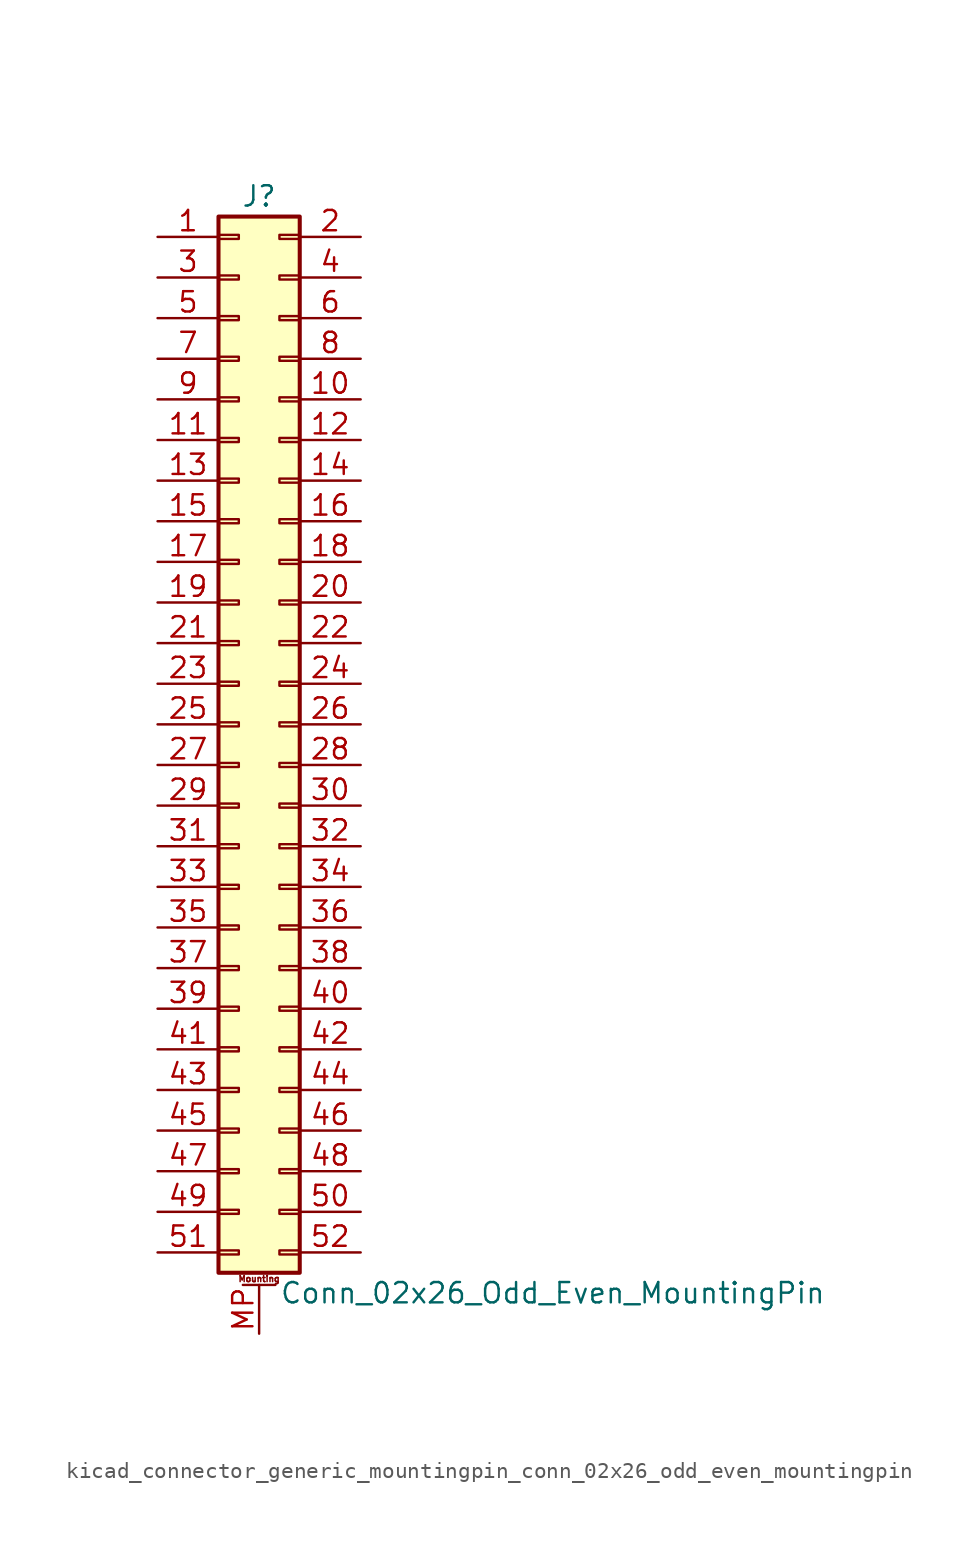
<source format=kicad_sym>
(kicad_symbol_lib
  (version 20220914)
  (generator kicad_symbol_editor)
  (symbol "kicad_connector_generic_mountingpin_conn_02x26_odd_even_mountingpin"
    (pin_names
      (offset 1.016) hide)
    (property "Reference" "J"
      (at 1.27 33.02 0)
      (effects (font (size 1.27 1.27))))
    (property "Value" "Conn_02x26_Odd_Even_MountingPin"
      (at 2.54 -35.56 0)
      (effects (font (size 1.27 1.27)) (justify left)))
    (symbol "kicad_connector_generic_mountingpin_conn_02x26_odd_even_mountingpin_1_1"
      (rectangle (start -1.27 -32.893) (end 0 -33.147) (stroke (width 0.152) (type default)) (fill (type none)))
      (rectangle (start -1.27 -30.353) (end 0 -30.607) (stroke (width 0.152) (type default)) (fill (type none)))
      (rectangle (start -1.27 -27.813) (end 0 -28.067) (stroke (width 0.152) (type default)) (fill (type none)))
      (rectangle (start -1.27 -25.273) (end 0 -25.527) (stroke (width 0.152) (type default)) (fill (type none)))
      (rectangle (start -1.27 -22.733) (end 0 -22.987) (stroke (width 0.152) (type default)) (fill (type none)))
      (rectangle (start -1.27 -20.193) (end 0 -20.447) (stroke (width 0.152) (type default)) (fill (type none)))
      (rectangle (start -1.27 -17.653) (end 0 -17.907) (stroke (width 0.152) (type default)) (fill (type none)))
      (rectangle (start -1.27 -15.113) (end 0 -15.367) (stroke (width 0.152) (type default)) (fill (type none)))
      (rectangle (start -1.27 -12.573) (end 0 -12.827) (stroke (width 0.152) (type default)) (fill (type none)))
      (rectangle (start -1.27 -10.033) (end 0 -10.287) (stroke (width 0.152) (type default)) (fill (type none)))
      (rectangle (start -1.27 -7.493) (end 0 -7.747) (stroke (width 0.152) (type default)) (fill (type none)))
      (rectangle (start -1.27 -4.953) (end 0 -5.207) (stroke (width 0.152) (type default)) (fill (type none)))
      (rectangle (start -1.27 -2.413) (end 0 -2.667) (stroke (width 0.152) (type default)) (fill (type none)))
      (rectangle (start -1.27 0.127) (end 0 -0.127) (stroke (width 0.152) (type default)) (fill (type none)))
      (rectangle (start -1.27 2.667) (end 0 2.413) (stroke (width 0.152) (type default)) (fill (type none)))
      (rectangle (start -1.27 5.207) (end 0 4.953) (stroke (width 0.152) (type default)) (fill (type none)))
      (rectangle (start -1.27 7.747) (end 0 7.493) (stroke (width 0.152) (type default)) (fill (type none)))
      (rectangle (start -1.27 10.287) (end 0 10.033) (stroke (width 0.152) (type default)) (fill (type none)))
      (rectangle (start -1.27 12.827) (end 0 12.573) (stroke (width 0.152) (type default)) (fill (type none)))
      (rectangle (start -1.27 15.367) (end 0 15.113) (stroke (width 0.152) (type default)) (fill (type none)))
      (rectangle (start -1.27 17.907) (end 0 17.653) (stroke (width 0.152) (type default)) (fill (type none)))
      (rectangle (start -1.27 20.447) (end 0 20.193) (stroke (width 0.152) (type default)) (fill (type none)))
      (rectangle (start -1.27 22.987) (end 0 22.733) (stroke (width 0.152) (type default)) (fill (type none)))
      (rectangle (start -1.27 25.527) (end 0 25.273) (stroke (width 0.152) (type default)) (fill (type none)))
      (rectangle (start -1.27 28.067) (end 0 27.813) (stroke (width 0.152) (type default)) (fill (type none)))
      (rectangle (start -1.27 30.607) (end 0 30.353) (stroke (width 0.152) (type default)) (fill (type none)))
      (rectangle (start -1.27 31.75) (end 3.81 -34.29) (stroke (width 0.254) (type default)) (fill (type background)))
      (polyline (pts (xy 0.254 -35.052) (xy 2.286 -35.052)) (stroke (width 0.152) (type default)) (fill (type none)))
      (rectangle (start 3.81 -32.893) (end 2.54 -33.147) (stroke (width 0.152) (type default)) (fill (type none)))
      (rectangle (start 3.81 -30.353) (end 2.54 -30.607) (stroke (width 0.152) (type default)) (fill (type none)))
      (rectangle (start 3.81 -27.813) (end 2.54 -28.067) (stroke (width 0.152) (type default)) (fill (type none)))
      (rectangle (start 3.81 -25.273) (end 2.54 -25.527) (stroke (width 0.152) (type default)) (fill (type none)))
      (rectangle (start 3.81 -22.733) (end 2.54 -22.987) (stroke (width 0.152) (type default)) (fill (type none)))
      (rectangle (start 3.81 -20.193) (end 2.54 -20.447) (stroke (width 0.152) (type default)) (fill (type none)))
      (rectangle (start 3.81 -17.653) (end 2.54 -17.907) (stroke (width 0.152) (type default)) (fill (type none)))
      (rectangle (start 3.81 -15.113) (end 2.54 -15.367) (stroke (width 0.152) (type default)) (fill (type none)))
      (rectangle (start 3.81 -12.573) (end 2.54 -12.827) (stroke (width 0.152) (type default)) (fill (type none)))
      (rectangle (start 3.81 -10.033) (end 2.54 -10.287) (stroke (width 0.152) (type default)) (fill (type none)))
      (rectangle (start 3.81 -7.493) (end 2.54 -7.747) (stroke (width 0.152) (type default)) (fill (type none)))
      (rectangle (start 3.81 -4.953) (end 2.54 -5.207) (stroke (width 0.152) (type default)) (fill (type none)))
      (rectangle (start 3.81 -2.413) (end 2.54 -2.667) (stroke (width 0.152) (type default)) (fill (type none)))
      (rectangle (start 3.81 0.127) (end 2.54 -0.127) (stroke (width 0.152) (type default)) (fill (type none)))
      (rectangle (start 3.81 2.667) (end 2.54 2.413) (stroke (width 0.152) (type default)) (fill (type none)))
      (rectangle (start 3.81 5.207) (end 2.54 4.953) (stroke (width 0.152) (type default)) (fill (type none)))
      (rectangle (start 3.81 7.747) (end 2.54 7.493) (stroke (width 0.152) (type default)) (fill (type none)))
      (rectangle (start 3.81 10.287) (end 2.54 10.033) (stroke (width 0.152) (type default)) (fill (type none)))
      (rectangle (start 3.81 12.827) (end 2.54 12.573) (stroke (width 0.152) (type default)) (fill (type none)))
      (rectangle (start 3.81 15.367) (end 2.54 15.113) (stroke (width 0.152) (type default)) (fill (type none)))
      (rectangle (start 3.81 17.907) (end 2.54 17.653) (stroke (width 0.152) (type default)) (fill (type none)))
      (rectangle (start 3.81 20.447) (end 2.54 20.193) (stroke (width 0.152) (type default)) (fill (type none)))
      (rectangle (start 3.81 22.987) (end 2.54 22.733) (stroke (width 0.152) (type default)) (fill (type none)))
      (rectangle (start 3.81 25.527) (end 2.54 25.273) (stroke (width 0.152) (type default)) (fill (type none)))
      (rectangle (start 3.81 28.067) (end 2.54 27.813) (stroke (width 0.152) (type default)) (fill (type none)))
      (rectangle (start 3.81 30.607) (end 2.54 30.353) (stroke (width 0.152) (type default)) (fill (type none)))
      (text "Mounting" (at 1.27 -34.671 0) (effects (font (size 0.381 0.381))))
      (pin passive line (at -5.08 30.48 0) (length 3.81) (name "Pin_1" (effects (font (size 1.27 1.27)))) (number "1" (effects (font (size 1.27 1.27)))))
      (pin passive line (at 7.62 20.32 180) (length 3.81) (name "Pin_10" (effects (font (size 1.27 1.27)))) (number "10" (effects (font (size 1.27 1.27)))))
      (pin passive line (at -5.08 17.78 0) (length 3.81) (name "Pin_11" (effects (font (size 1.27 1.27)))) (number "11" (effects (font (size 1.27 1.27)))))
      (pin passive line (at 7.62 17.78 180) (length 3.81) (name "Pin_12" (effects (font (size 1.27 1.27)))) (number "12" (effects (font (size 1.27 1.27)))))
      (pin passive line (at -5.08 15.24 0) (length 3.81) (name "Pin_13" (effects (font (size 1.27 1.27)))) (number "13" (effects (font (size 1.27 1.27)))))
      (pin passive line (at 7.62 15.24 180) (length 3.81) (name "Pin_14" (effects (font (size 1.27 1.27)))) (number "14" (effects (font (size 1.27 1.27)))))
      (pin passive line (at -5.08 12.7 0) (length 3.81) (name "Pin_15" (effects (font (size 1.27 1.27)))) (number "15" (effects (font (size 1.27 1.27)))))
      (pin passive line (at 7.62 12.7 180) (length 3.81) (name "Pin_16" (effects (font (size 1.27 1.27)))) (number "16" (effects (font (size 1.27 1.27)))))
      (pin passive line (at -5.08 10.16 0) (length 3.81) (name "Pin_17" (effects (font (size 1.27 1.27)))) (number "17" (effects (font (size 1.27 1.27)))))
      (pin passive line (at 7.62 10.16 180) (length 3.81) (name "Pin_18" (effects (font (size 1.27 1.27)))) (number "18" (effects (font (size 1.27 1.27)))))
      (pin passive line (at -5.08 7.62 0) (length 3.81) (name "Pin_19" (effects (font (size 1.27 1.27)))) (number "19" (effects (font (size 1.27 1.27)))))
      (pin passive line (at 7.62 30.48 180) (length 3.81) (name "Pin_2" (effects (font (size 1.27 1.27)))) (number "2" (effects (font (size 1.27 1.27)))))
      (pin passive line (at 7.62 7.62 180) (length 3.81) (name "Pin_20" (effects (font (size 1.27 1.27)))) (number "20" (effects (font (size 1.27 1.27)))))
      (pin passive line (at -5.08 5.08 0) (length 3.81) (name "Pin_21" (effects (font (size 1.27 1.27)))) (number "21" (effects (font (size 1.27 1.27)))))
      (pin passive line (at 7.62 5.08 180) (length 3.81) (name "Pin_22" (effects (font (size 1.27 1.27)))) (number "22" (effects (font (size 1.27 1.27)))))
      (pin passive line (at -5.08 2.54 0) (length 3.81) (name "Pin_23" (effects (font (size 1.27 1.27)))) (number "23" (effects (font (size 1.27 1.27)))))
      (pin passive line (at 7.62 2.54 180) (length 3.81) (name "Pin_24" (effects (font (size 1.27 1.27)))) (number "24" (effects (font (size 1.27 1.27)))))
      (pin passive line (at -5.08 0 0) (length 3.81) (name "Pin_25" (effects (font (size 1.27 1.27)))) (number "25" (effects (font (size 1.27 1.27)))))
      (pin passive line (at 7.62 0 180) (length 3.81) (name "Pin_26" (effects (font (size 1.27 1.27)))) (number "26" (effects (font (size 1.27 1.27)))))
      (pin passive line (at -5.08 -2.54 0) (length 3.81) (name "Pin_27" (effects (font (size 1.27 1.27)))) (number "27" (effects (font (size 1.27 1.27)))))
      (pin passive line (at 7.62 -2.54 180) (length 3.81) (name "Pin_28" (effects (font (size 1.27 1.27)))) (number "28" (effects (font (size 1.27 1.27)))))
      (pin passive line (at -5.08 -5.08 0) (length 3.81) (name "Pin_29" (effects (font (size 1.27 1.27)))) (number "29" (effects (font (size 1.27 1.27)))))
      (pin passive line (at -5.08 27.94 0) (length 3.81) (name "Pin_3" (effects (font (size 1.27 1.27)))) (number "3" (effects (font (size 1.27 1.27)))))
      (pin passive line (at 7.62 -5.08 180) (length 3.81) (name "Pin_30" (effects (font (size 1.27 1.27)))) (number "30" (effects (font (size 1.27 1.27)))))
      (pin passive line (at -5.08 -7.62 0) (length 3.81) (name "Pin_31" (effects (font (size 1.27 1.27)))) (number "31" (effects (font (size 1.27 1.27)))))
      (pin passive line (at 7.62 -7.62 180) (length 3.81) (name "Pin_32" (effects (font (size 1.27 1.27)))) (number "32" (effects (font (size 1.27 1.27)))))
      (pin passive line (at -5.08 -10.16 0) (length 3.81) (name "Pin_33" (effects (font (size 1.27 1.27)))) (number "33" (effects (font (size 1.27 1.27)))))
      (pin passive line (at 7.62 -10.16 180) (length 3.81) (name "Pin_34" (effects (font (size 1.27 1.27)))) (number "34" (effects (font (size 1.27 1.27)))))
      (pin passive line (at -5.08 -12.7 0) (length 3.81) (name "Pin_35" (effects (font (size 1.27 1.27)))) (number "35" (effects (font (size 1.27 1.27)))))
      (pin passive line (at 7.62 -12.7 180) (length 3.81) (name "Pin_36" (effects (font (size 1.27 1.27)))) (number "36" (effects (font (size 1.27 1.27)))))
      (pin passive line (at -5.08 -15.24 0) (length 3.81) (name "Pin_37" (effects (font (size 1.27 1.27)))) (number "37" (effects (font (size 1.27 1.27)))))
      (pin passive line (at 7.62 -15.24 180) (length 3.81) (name "Pin_38" (effects (font (size 1.27 1.27)))) (number "38" (effects (font (size 1.27 1.27)))))
      (pin passive line (at -5.08 -17.78 0) (length 3.81) (name "Pin_39" (effects (font (size 1.27 1.27)))) (number "39" (effects (font (size 1.27 1.27)))))
      (pin passive line (at 7.62 27.94 180) (length 3.81) (name "Pin_4" (effects (font (size 1.27 1.27)))) (number "4" (effects (font (size 1.27 1.27)))))
      (pin passive line (at 7.62 -17.78 180) (length 3.81) (name "Pin_40" (effects (font (size 1.27 1.27)))) (number "40" (effects (font (size 1.27 1.27)))))
      (pin passive line (at -5.08 -20.32 0) (length 3.81) (name "Pin_41" (effects (font (size 1.27 1.27)))) (number "41" (effects (font (size 1.27 1.27)))))
      (pin passive line (at 7.62 -20.32 180) (length 3.81) (name "Pin_42" (effects (font (size 1.27 1.27)))) (number "42" (effects (font (size 1.27 1.27)))))
      (pin passive line (at -5.08 -22.86 0) (length 3.81) (name "Pin_43" (effects (font (size 1.27 1.27)))) (number "43" (effects (font (size 1.27 1.27)))))
      (pin passive line (at 7.62 -22.86 180) (length 3.81) (name "Pin_44" (effects (font (size 1.27 1.27)))) (number "44" (effects (font (size 1.27 1.27)))))
      (pin passive line (at -5.08 -25.4 0) (length 3.81) (name "Pin_45" (effects (font (size 1.27 1.27)))) (number "45" (effects (font (size 1.27 1.27)))))
      (pin passive line (at 7.62 -25.4 180) (length 3.81) (name "Pin_46" (effects (font (size 1.27 1.27)))) (number "46" (effects (font (size 1.27 1.27)))))
      (pin passive line (at -5.08 -27.94 0) (length 3.81) (name "Pin_47" (effects (font (size 1.27 1.27)))) (number "47" (effects (font (size 1.27 1.27)))))
      (pin passive line (at 7.62 -27.94 180) (length 3.81) (name "Pin_48" (effects (font (size 1.27 1.27)))) (number "48" (effects (font (size 1.27 1.27)))))
      (pin passive line (at -5.08 -30.48 0) (length 3.81) (name "Pin_49" (effects (font (size 1.27 1.27)))) (number "49" (effects (font (size 1.27 1.27)))))
      (pin passive line (at -5.08 25.4 0) (length 3.81) (name "Pin_5" (effects (font (size 1.27 1.27)))) (number "5" (effects (font (size 1.27 1.27)))))
      (pin passive line (at 7.62 -30.48 180) (length 3.81) (name "Pin_50" (effects (font (size 1.27 1.27)))) (number "50" (effects (font (size 1.27 1.27)))))
      (pin passive line (at -5.08 -33.02 0) (length 3.81) (name "Pin_51" (effects (font (size 1.27 1.27)))) (number "51" (effects (font (size 1.27 1.27)))))
      (pin passive line (at 7.62 -33.02 180) (length 3.81) (name "Pin_52" (effects (font (size 1.27 1.27)))) (number "52" (effects (font (size 1.27 1.27)))))
      (pin passive line (at 7.62 25.4 180) (length 3.81) (name "Pin_6" (effects (font (size 1.27 1.27)))) (number "6" (effects (font (size 1.27 1.27)))))
      (pin passive line (at -5.08 22.86 0) (length 3.81) (name "Pin_7" (effects (font (size 1.27 1.27)))) (number "7" (effects (font (size 1.27 1.27)))))
      (pin passive line (at 7.62 22.86 180) (length 3.81) (name "Pin_8" (effects (font (size 1.27 1.27)))) (number "8" (effects (font (size 1.27 1.27)))))
      (pin passive line (at -5.08 20.32 0) (length 3.81) (name "Pin_9" (effects (font (size 1.27 1.27)))) (number "9" (effects (font (size 1.27 1.27)))))
      (pin passive line (at 1.27 -38.1 90) (length 3.048) (name "MountPin" (effects (font (size 1.27 1.27)))) (number "MP" (effects (font (size 1.27 1.27))))))))
</source>
